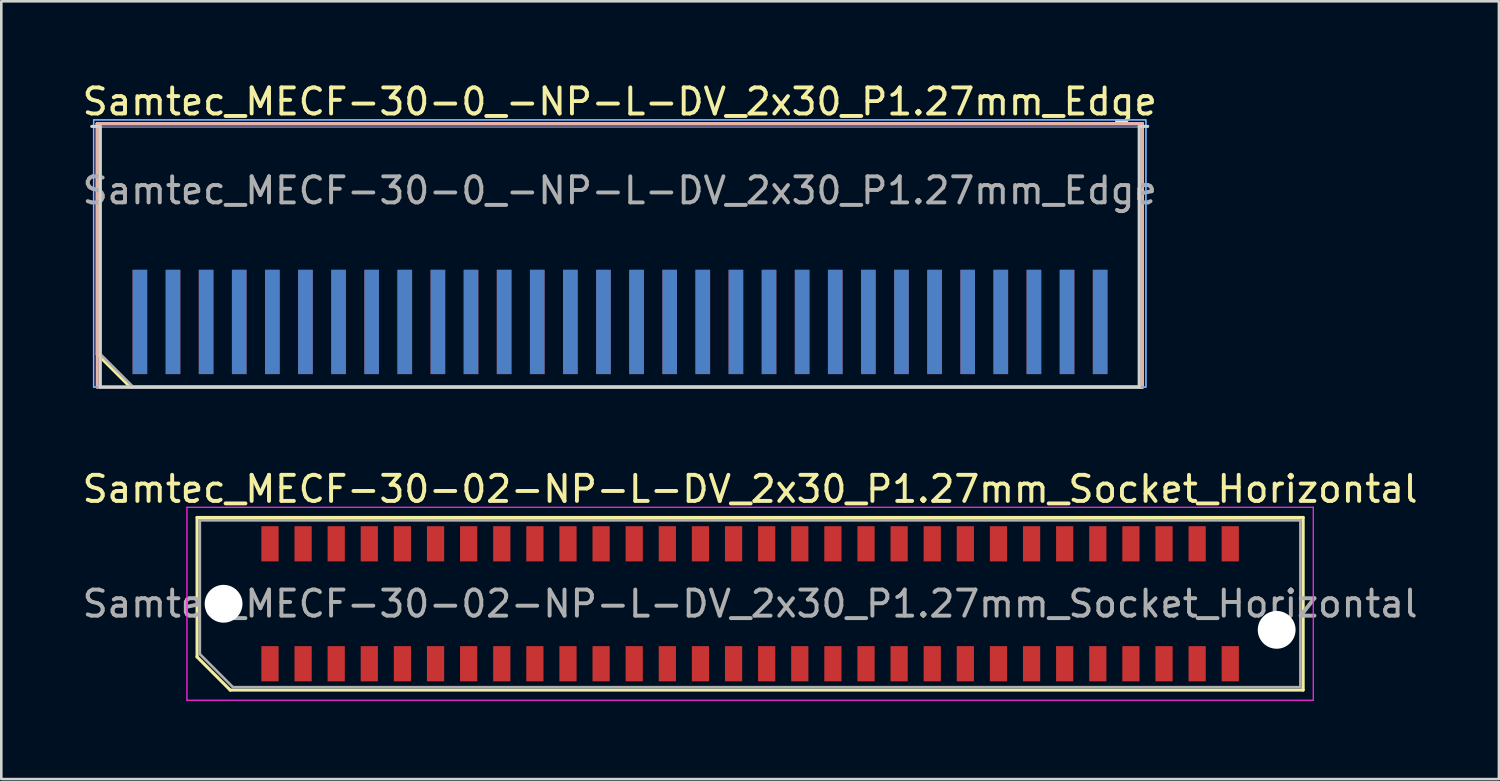
<source format=kicad_pcb>
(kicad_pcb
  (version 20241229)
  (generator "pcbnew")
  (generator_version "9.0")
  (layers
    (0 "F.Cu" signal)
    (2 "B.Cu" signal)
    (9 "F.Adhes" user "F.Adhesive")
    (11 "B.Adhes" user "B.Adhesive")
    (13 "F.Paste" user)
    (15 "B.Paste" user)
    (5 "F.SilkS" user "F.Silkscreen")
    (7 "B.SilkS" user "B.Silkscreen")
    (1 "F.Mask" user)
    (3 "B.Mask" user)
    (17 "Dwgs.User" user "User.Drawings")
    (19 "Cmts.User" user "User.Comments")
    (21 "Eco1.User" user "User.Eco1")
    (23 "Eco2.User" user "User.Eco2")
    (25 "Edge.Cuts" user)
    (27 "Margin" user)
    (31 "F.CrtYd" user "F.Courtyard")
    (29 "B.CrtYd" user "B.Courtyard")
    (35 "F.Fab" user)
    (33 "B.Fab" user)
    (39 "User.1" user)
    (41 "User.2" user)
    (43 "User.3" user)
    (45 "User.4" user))
  (footprint "Samtec_MECF-30-0_-NP-L-DV_2x30_P1.27mm_Edge"
    (layer "F.Cu")
    (at 20.72 6.798)
    (property "Reference" "Samtec_MECF-30-0_-NP-L-DV_2x30_P1.27mm_Edge" (at 0 -5.95 0) (layer "F.SilkS") (effects (font (size 1 1) (thickness 0.15))))
    (attr exclude_from_pos_files exclude_from_bom)
    (fp_line (start -20.04 -5.11) (end 20.04 -5.11) (stroke (width 0.12) (type solid)) (layer "F.SilkS"))
    (fp_line (start -20.04 3.73) (end -20.04 -5.11) (stroke (width 0.12) (type solid)) (layer "F.SilkS"))
    (fp_line (start -18.77 5) (end -20.04 3.73) (stroke (width 0.12) (type solid)) (layer "F.SilkS"))
    (fp_line (start -18.77 5) (end 20.04 5) (stroke (width 0.12) (type solid)) (layer "F.SilkS"))
    (fp_line (start 20.04 5) (end 20.04 -5.11) (stroke (width 0.12) (type solid)) (layer "F.SilkS"))
    (fp_line (start -20.04 -5.11) (end 20.04 -5.11) (stroke (width 0.12) (type solid)) (layer "B.SilkS"))
    (fp_line (start -20.04 5) (end -20.04 -5.11) (stroke (width 0.12) (type solid)) (layer "B.SilkS"))
    (fp_line (start -20.04 5) (end 20.04 5) (stroke (width 0.12) (type solid)) (layer "B.SilkS"))
    (fp_line (start 20.04 5) (end 20.04 -5.11) (stroke (width 0.12) (type solid)) (layer "B.SilkS"))
    (fp_line (start -20.25 -5) (end -19.925 -5) (stroke (width 0.12) (type solid)) (layer "Edge.Cuts"))
    (fp_line (start -19.925 5) (end -19.925 -5) (stroke (width 0.12) (type solid)) (layer "Edge.Cuts"))
    (fp_line (start -19.925 5) (end 19.925 5) (stroke (width 0.12) (type solid)) (layer "Edge.Cuts"))
    (fp_line (start 19.925 5) (end 19.925 -5) (stroke (width 0.12) (type solid)) (layer "Edge.Cuts"))
    (fp_line (start 20.25 -5) (end 19.925 -5) (stroke (width 0.12) (type solid)) (layer "Edge.Cuts"))
    (fp_rect (start -20.18 -5.25) (end 20.18 5) (stroke (width 0.05) (type solid)) (fill no) (layer "B.CrtYd"))
    (fp_rect (start -20.18 -5.25) (end 20.18 5) (stroke (width 0.05) (type solid)) (fill no) (layer "F.CrtYd"))
    (fp_line (start -19.925 -5) (end 19.925 -5) (stroke (width 0.1) (type solid)) (layer "B.Fab"))
    (fp_line (start -19.925 5) (end -19.925 -5) (stroke (width 0.1) (type solid)) (layer "B.Fab"))
    (fp_line (start -19.925 5) (end 19.925 5) (stroke (width 0.1) (type solid)) (layer "B.Fab"))
    (fp_line (start 19.925 5) (end 19.925 -5) (stroke (width 0.1) (type solid)) (layer "B.Fab"))
    (fp_line (start -19.925 -5) (end 19.925 -5) (stroke (width 0.1) (type solid)) (layer "F.Fab"))
    (fp_line (start -19.925 3.73) (end -19.925 -5) (stroke (width 0.1) (type solid)) (layer "F.Fab"))
    (fp_line (start -19.925 3.73) (end -18.655 5) (stroke (width 0.1) (type solid)) (layer "F.Fab"))
    (fp_line (start -18.655 5) (end 19.925 5) (stroke (width 0.1) (type solid)) (layer "F.Fab"))
    (fp_line (start 19.925 5) (end 19.925 -5) (stroke (width 0.1) (type solid)) (layer "F.Fab"))
    (fp_text user "${REFERENCE}" (at 0 -2.54 0) (layer "F.Fab") (effects (font (size 1 1) (thickness 0.15))))
    (pad "1" connect rect (at -18.405 2.5) (size 0.56 4) (layers "F.Cu" "F.Mask"))
    (pad "2" connect rect (at -18.405 2.5) (size 0.56 4) (layers "B.Cu" "B.Mask"))
    (pad "3" connect rect (at -17.135 2.5) (size 0.56 4) (layers "F.Cu" "F.Mask"))
    (pad "4" connect rect (at -17.135 2.5) (size 0.56 4) (layers "B.Cu" "B.Mask"))
    (pad "5" connect rect (at -15.865 2.5) (size 0.56 4) (layers "F.Cu" "F.Mask"))
    (pad "6" connect rect (at -15.865 2.5) (size 0.56 4) (layers "B.Cu" "B.Mask"))
    (pad "7" connect rect (at -14.595 2.5) (size 0.56 4) (layers "F.Cu" "F.Mask"))
    (pad "8" connect rect (at -14.595 2.5) (size 0.56 4) (layers "B.Cu" "B.Mask"))
    (pad "9" connect rect (at -13.325 2.5) (size 0.56 4) (layers "F.Cu" "F.Mask"))
    (pad "10" connect rect (at -13.325 2.5) (size 0.56 4) (layers "B.Cu" "B.Mask"))
    (pad "11" connect rect (at -12.055 2.5) (size 0.56 4) (layers "F.Cu" "F.Mask"))
    (pad "12" connect rect (at -12.055 2.5) (size 0.56 4) (layers "B.Cu" "B.Mask"))
    (pad "13" connect rect (at -10.785 2.5) (size 0.56 4) (layers "F.Cu" "F.Mask"))
    (pad "14" connect rect (at -10.785 2.5) (size 0.56 4) (layers "B.Cu" "B.Mask"))
    (pad "15" connect rect (at -9.515 2.5) (size 0.56 4) (layers "F.Cu" "F.Mask"))
    (pad "16" connect rect (at -9.515 2.5) (size 0.56 4) (layers "B.Cu" "B.Mask"))
    (pad "17" connect rect (at -8.245 2.5) (size 0.56 4) (layers "F.Cu" "F.Mask"))
    (pad "18" connect rect (at -8.245 2.5) (size 0.56 4) (layers "B.Cu" "B.Mask"))
    (pad "19" connect rect (at -6.975 2.5) (size 0.56 4) (layers "F.Cu" "F.Mask"))
    (pad "20" connect rect (at -6.975 2.5) (size 0.56 4) (layers "B.Cu" "B.Mask"))
    (pad "21" connect rect (at -5.705 2.5) (size 0.56 4) (layers "F.Cu" "F.Mask"))
    (pad "22" connect rect (at -5.705 2.5) (size 0.56 4) (layers "B.Cu" "B.Mask"))
    (pad "23" connect rect (at -4.435 2.5) (size 0.56 4) (layers "F.Cu" "F.Mask"))
    (pad "24" connect rect (at -4.435 2.5) (size 0.56 4) (layers "B.Cu" "B.Mask"))
    (pad "25" connect rect (at -3.165 2.5) (size 0.56 4) (layers "F.Cu" "F.Mask"))
    (pad "26" connect rect (at -3.165 2.5) (size 0.56 4) (layers "B.Cu" "B.Mask"))
    (pad "27" connect rect (at -1.895 2.5) (size 0.56 4) (layers "F.Cu" "F.Mask"))
    (pad "28" connect rect (at -1.895 2.5) (size 0.56 4) (layers "B.Cu" "B.Mask"))
    (pad "29" connect rect (at -0.625 2.5) (size 0.56 4) (layers "F.Cu" "F.Mask"))
    (pad "30" connect rect (at -0.625 2.5) (size 0.56 4) (layers "B.Cu" "B.Mask"))
    (pad "31" connect rect (at 0.645 2.5) (size 0.56 4) (layers "F.Cu" "F.Mask"))
    (pad "32" connect rect (at 0.645 2.5) (size 0.56 4) (layers "B.Cu" "B.Mask"))
    (pad "33" connect rect (at 1.915 2.5) (size 0.56 4) (layers "F.Cu" "F.Mask"))
    (pad "34" connect rect (at 1.915 2.5) (size 0.56 4) (layers "B.Cu" "B.Mask"))
    (pad "35" connect rect (at 3.185 2.5) (size 0.56 4) (layers "F.Cu" "F.Mask"))
    (pad "36" connect rect (at 3.185 2.5) (size 0.56 4) (layers "B.Cu" "B.Mask"))
    (pad "37" connect rect (at 4.455 2.5) (size 0.56 4) (layers "F.Cu" "F.Mask"))
    (pad "38" connect rect (at 4.455 2.5) (size 0.56 4) (layers "B.Cu" "B.Mask"))
    (pad "39" connect rect (at 5.725 2.5) (size 0.56 4) (layers "F.Cu" "F.Mask"))
    (pad "40" connect rect (at 5.725 2.5) (size 0.56 4) (layers "B.Cu" "B.Mask"))
    (pad "41" connect rect (at 6.995 2.5) (size 0.56 4) (layers "F.Cu" "F.Mask"))
    (pad "42" connect rect (at 6.995 2.5) (size 0.56 4) (layers "B.Cu" "B.Mask"))
    (pad "43" connect rect (at 8.265 2.5) (size 0.56 4) (layers "F.Cu" "F.Mask"))
    (pad "44" connect rect (at 8.265 2.5) (size 0.56 4) (layers "B.Cu" "B.Mask"))
    (pad "45" connect rect (at 9.535 2.5) (size 0.56 4) (layers "F.Cu" "F.Mask"))
    (pad "46" connect rect (at 9.535 2.5) (size 0.56 4) (layers "B.Cu" "B.Mask"))
    (pad "47" connect rect (at 10.805 2.5) (size 0.56 4) (layers "F.Cu" "F.Mask"))
    (pad "48" connect rect (at 10.805 2.5) (size 0.56 4) (layers "B.Cu" "B.Mask"))
    (pad "49" connect rect (at 12.075 2.5) (size 0.56 4) (layers "F.Cu" "F.Mask"))
    (pad "50" connect rect (at 12.075 2.5) (size 0.56 4) (layers "B.Cu" "B.Mask"))
    (pad "51" connect rect (at 13.345 2.5) (size 0.56 4) (layers "F.Cu" "F.Mask"))
    (pad "52" connect rect (at 13.345 2.5) (size 0.56 4) (layers "B.Cu" "B.Mask"))
    (pad "53" connect rect (at 14.615 2.5) (size 0.56 4) (layers "F.Cu" "F.Mask"))
    (pad "54" connect rect (at 14.615 2.5) (size 0.56 4) (layers "B.Cu" "B.Mask"))
    (pad "55" connect rect (at 15.885 2.5) (size 0.56 4) (layers "F.Cu" "F.Mask"))
    (pad "56" connect rect (at 15.885 2.5) (size 0.56 4) (layers "B.Cu" "B.Mask"))
    (pad "57" connect rect (at 17.155 2.5) (size 0.56 4) (layers "F.Cu" "F.Mask"))
    (pad "58" connect rect (at 17.155 2.5) (size 0.56 4) (layers "B.Cu" "B.Mask"))
    (pad "59" connect rect (at 18.425 2.5) (size 0.56 4) (layers "F.Cu" "F.Mask"))
    (pad "60" connect rect (at 18.425 2.5) (size 0.56 4) (layers "B.Cu" "B.Mask")))
  (footprint "Samtec_MECF-30-02-NP-L-DV_2x30_P1.27mm_Socket_Horizontal"
    (layer "F.Cu")
    (at 25.72 20.107)
    (property "Reference" "Samtec_MECF-30-02-NP-L-DV_2x30_P1.27mm_Socket_Horizontal" (at 0 -4.4 0) (layer "F.SilkS") (effects (font (size 1 1) (thickness 0.15))))
    (attr smd)
    (fp_line (start -21.21 -3.31) (end 21.21 -3.31) (stroke (width 0.12) (type solid)) (layer "F.SilkS"))
    (fp_line (start -21.21 2.04) (end -21.21 -3.31) (stroke (width 0.12) (type solid)) (layer "F.SilkS"))
    (fp_line (start -19.94 3.31) (end -21.21 2.04) (stroke (width 0.12) (type solid)) (layer "F.SilkS"))
    (fp_line (start -19.94 3.31) (end 21.21 3.31) (stroke (width 0.12) (type solid)) (layer "F.SilkS"))
    (fp_line (start 21.21 3.31) (end 21.21 -3.31) (stroke (width 0.12) (type solid)) (layer "F.SilkS"))
    (fp_line (start -21.6 -3.7) (end -21.6 3.7) (stroke (width 0.05) (type solid)) (layer "F.CrtYd"))
    (fp_line (start -21.6 3.7) (end 21.6 3.7) (stroke (width 0.05) (type solid)) (layer "F.CrtYd"))
    (fp_line (start 21.6 -3.7) (end -21.6 -3.7) (stroke (width 0.05) (type solid)) (layer "F.CrtYd"))
    (fp_line (start 21.6 3.7) (end 21.6 -3.7) (stroke (width 0.05) (type solid)) (layer "F.CrtYd"))
    (fp_line (start -21.105 -3.2) (end 21.105 -3.2) (stroke (width 0.1) (type solid)) (layer "F.Fab"))
    (fp_line (start -21.105 1.93) (end -21.105 -3.2) (stroke (width 0.1) (type solid)) (layer "F.Fab"))
    (fp_line (start -21.105 1.93) (end -19.835 3.2) (stroke (width 0.1) (type solid)) (layer "F.Fab"))
    (fp_line (start -19.835 3.2) (end 21.105 3.2) (stroke (width 0.1) (type solid)) (layer "F.Fab"))
    (fp_line (start 21.105 3.2) (end 21.105 -3.2) (stroke (width 0.1) (type solid)) (layer "F.Fab"))
    (fp_text user "${REFERENCE}" (at 0 0 0) (layer "F.Fab") (effects (font (size 1 1) (thickness 0.15))))
    (pad "" np_thru_hole circle (at -20.195 0) (size 1.45 1.45) (drill 1.45) (layers "*.Cu" "*.Mask"))
    (pad "" np_thru_hole circle (at 20.195 1) (size 1.45 1.45) (drill 1.45) (layers "*.Cu" "*.Mask"))
    (pad "1" smd rect (at -18.415 2.3) (size 0.66 1.35) (layers "F.Cu" "F.Mask" "F.Paste"))
    (pad "2" smd rect (at -18.415 -2.3) (size 0.66 1.35) (layers "F.Cu" "F.Mask" "F.Paste"))
    (pad "3" smd rect (at -17.145 2.3) (size 0.66 1.35) (layers "F.Cu" "F.Mask" "F.Paste"))
    (pad "4" smd rect (at -17.145 -2.3) (size 0.66 1.35) (layers "F.Cu" "F.Mask" "F.Paste"))
    (pad "5" smd rect (at -15.875 2.3) (size 0.66 1.35) (layers "F.Cu" "F.Mask" "F.Paste"))
    (pad "6" smd rect (at -15.875 -2.3) (size 0.66 1.35) (layers "F.Cu" "F.Mask" "F.Paste"))
    (pad "7" smd rect (at -14.605 2.3) (size 0.66 1.35) (layers "F.Cu" "F.Mask" "F.Paste"))
    (pad "8" smd rect (at -14.605 -2.3) (size 0.66 1.35) (layers "F.Cu" "F.Mask" "F.Paste"))
    (pad "9" smd rect (at -13.335 2.3) (size 0.66 1.35) (layers "F.Cu" "F.Mask" "F.Paste"))
    (pad "10" smd rect (at -13.335 -2.3) (size 0.66 1.35) (layers "F.Cu" "F.Mask" "F.Paste"))
    (pad "11" smd rect (at -12.065 2.3) (size 0.66 1.35) (layers "F.Cu" "F.Mask" "F.Paste"))
    (pad "12" smd rect (at -12.065 -2.3) (size 0.66 1.35) (layers "F.Cu" "F.Mask" "F.Paste"))
    (pad "13" smd rect (at -10.795 2.3) (size 0.66 1.35) (layers "F.Cu" "F.Mask" "F.Paste"))
    (pad "14" smd rect (at -10.795 -2.3) (size 0.66 1.35) (layers "F.Cu" "F.Mask" "F.Paste"))
    (pad "15" smd rect (at -9.525 2.3) (size 0.66 1.35) (layers "F.Cu" "F.Mask" "F.Paste"))
    (pad "16" smd rect (at -9.525 -2.3) (size 0.66 1.35) (layers "F.Cu" "F.Mask" "F.Paste"))
    (pad "17" smd rect (at -8.255 2.3) (size 0.66 1.35) (layers "F.Cu" "F.Mask" "F.Paste"))
    (pad "18" smd rect (at -8.255 -2.3) (size 0.66 1.35) (layers "F.Cu" "F.Mask" "F.Paste"))
    (pad "19" smd rect (at -6.985 2.3) (size 0.66 1.35) (layers "F.Cu" "F.Mask" "F.Paste"))
    (pad "20" smd rect (at -6.985 -2.3) (size 0.66 1.35) (layers "F.Cu" "F.Mask" "F.Paste"))
    (pad "21" smd rect (at -5.715 2.3) (size 0.66 1.35) (layers "F.Cu" "F.Mask" "F.Paste"))
    (pad "22" smd rect (at -5.715 -2.3) (size 0.66 1.35) (layers "F.Cu" "F.Mask" "F.Paste"))
    (pad "23" smd rect (at -4.445 2.3) (size 0.66 1.35) (layers "F.Cu" "F.Mask" "F.Paste"))
    (pad "24" smd rect (at -4.445 -2.3) (size 0.66 1.35) (layers "F.Cu" "F.Mask" "F.Paste"))
    (pad "25" smd rect (at -3.175 2.3) (size 0.66 1.35) (layers "F.Cu" "F.Mask" "F.Paste"))
    (pad "26" smd rect (at -3.175 -2.3) (size 0.66 1.35) (layers "F.Cu" "F.Mask" "F.Paste"))
    (pad "27" smd rect (at -1.905 2.3) (size 0.66 1.35) (layers "F.Cu" "F.Mask" "F.Paste"))
    (pad "28" smd rect (at -1.905 -2.3) (size 0.66 1.35) (layers "F.Cu" "F.Mask" "F.Paste"))
    (pad "29" smd rect (at -0.635 2.3) (size 0.66 1.35) (layers "F.Cu" "F.Mask" "F.Paste"))
    (pad "30" smd rect (at -0.635 -2.3) (size 0.66 1.35) (layers "F.Cu" "F.Mask" "F.Paste"))
    (pad "31" smd rect (at 0.635 2.3) (size 0.66 1.35) (layers "F.Cu" "F.Mask" "F.Paste"))
    (pad "32" smd rect (at 0.635 -2.3) (size 0.66 1.35) (layers "F.Cu" "F.Mask" "F.Paste"))
    (pad "33" smd rect (at 1.905 2.3) (size 0.66 1.35) (layers "F.Cu" "F.Mask" "F.Paste"))
    (pad "34" smd rect (at 1.905 -2.3) (size 0.66 1.35) (layers "F.Cu" "F.Mask" "F.Paste"))
    (pad "35" smd rect (at 3.175 2.3) (size 0.66 1.35) (layers "F.Cu" "F.Mask" "F.Paste"))
    (pad "36" smd rect (at 3.175 -2.3) (size 0.66 1.35) (layers "F.Cu" "F.Mask" "F.Paste"))
    (pad "37" smd rect (at 4.445 2.3) (size 0.66 1.35) (layers "F.Cu" "F.Mask" "F.Paste"))
    (pad "38" smd rect (at 4.445 -2.3) (size 0.66 1.35) (layers "F.Cu" "F.Mask" "F.Paste"))
    (pad "39" smd rect (at 5.715 2.3) (size 0.66 1.35) (layers "F.Cu" "F.Mask" "F.Paste"))
    (pad "40" smd rect (at 5.715 -2.3) (size 0.66 1.35) (layers "F.Cu" "F.Mask" "F.Paste"))
    (pad "41" smd rect (at 6.985 2.3) (size 0.66 1.35) (layers "F.Cu" "F.Mask" "F.Paste"))
    (pad "42" smd rect (at 6.985 -2.3) (size 0.66 1.35) (layers "F.Cu" "F.Mask" "F.Paste"))
    (pad "43" smd rect (at 8.255 2.3) (size 0.66 1.35) (layers "F.Cu" "F.Mask" "F.Paste"))
    (pad "44" smd rect (at 8.255 -2.3) (size 0.66 1.35) (layers "F.Cu" "F.Mask" "F.Paste"))
    (pad "45" smd rect (at 9.525 2.3) (size 0.66 1.35) (layers "F.Cu" "F.Mask" "F.Paste"))
    (pad "46" smd rect (at 9.525 -2.3) (size 0.66 1.35) (layers "F.Cu" "F.Mask" "F.Paste"))
    (pad "47" smd rect (at 10.795 2.3) (size 0.66 1.35) (layers "F.Cu" "F.Mask" "F.Paste"))
    (pad "48" smd rect (at 10.795 -2.3) (size 0.66 1.35) (layers "F.Cu" "F.Mask" "F.Paste"))
    (pad "49" smd rect (at 12.065 2.3) (size 0.66 1.35) (layers "F.Cu" "F.Mask" "F.Paste"))
    (pad "50" smd rect (at 12.065 -2.3) (size 0.66 1.35) (layers "F.Cu" "F.Mask" "F.Paste"))
    (pad "51" smd rect (at 13.335 2.3) (size 0.66 1.35) (layers "F.Cu" "F.Mask" "F.Paste"))
    (pad "52" smd rect (at 13.335 -2.3) (size 0.66 1.35) (layers "F.Cu" "F.Mask" "F.Paste"))
    (pad "53" smd rect (at 14.605 2.3) (size 0.66 1.35) (layers "F.Cu" "F.Mask" "F.Paste"))
    (pad "54" smd rect (at 14.605 -2.3) (size 0.66 1.35) (layers "F.Cu" "F.Mask" "F.Paste"))
    (pad "55" smd rect (at 15.875 2.3) (size 0.66 1.35) (layers "F.Cu" "F.Mask" "F.Paste"))
    (pad "56" smd rect (at 15.875 -2.3) (size 0.66 1.35) (layers "F.Cu" "F.Mask" "F.Paste"))
    (pad "57" smd rect (at 17.145 2.3) (size 0.66 1.35) (layers "F.Cu" "F.Mask" "F.Paste"))
    (pad "58" smd rect (at 17.145 -2.3) (size 0.66 1.35) (layers "F.Cu" "F.Mask" "F.Paste"))
    (pad "59" smd rect (at 18.415 2.3) (size 0.66 1.35) (layers "F.Cu" "F.Mask" "F.Paste"))
    (pad "60" smd rect (at 18.415 -2.3) (size 0.66 1.35) (layers "F.Cu" "F.Mask" "F.Paste")))
  (gr_rect
    (start -3 -3)
    (end 54.44 26.831)
    (stroke (width 0.1) (type default))
    (fill no)
    (layer "Edge.Cuts")))
</source>
